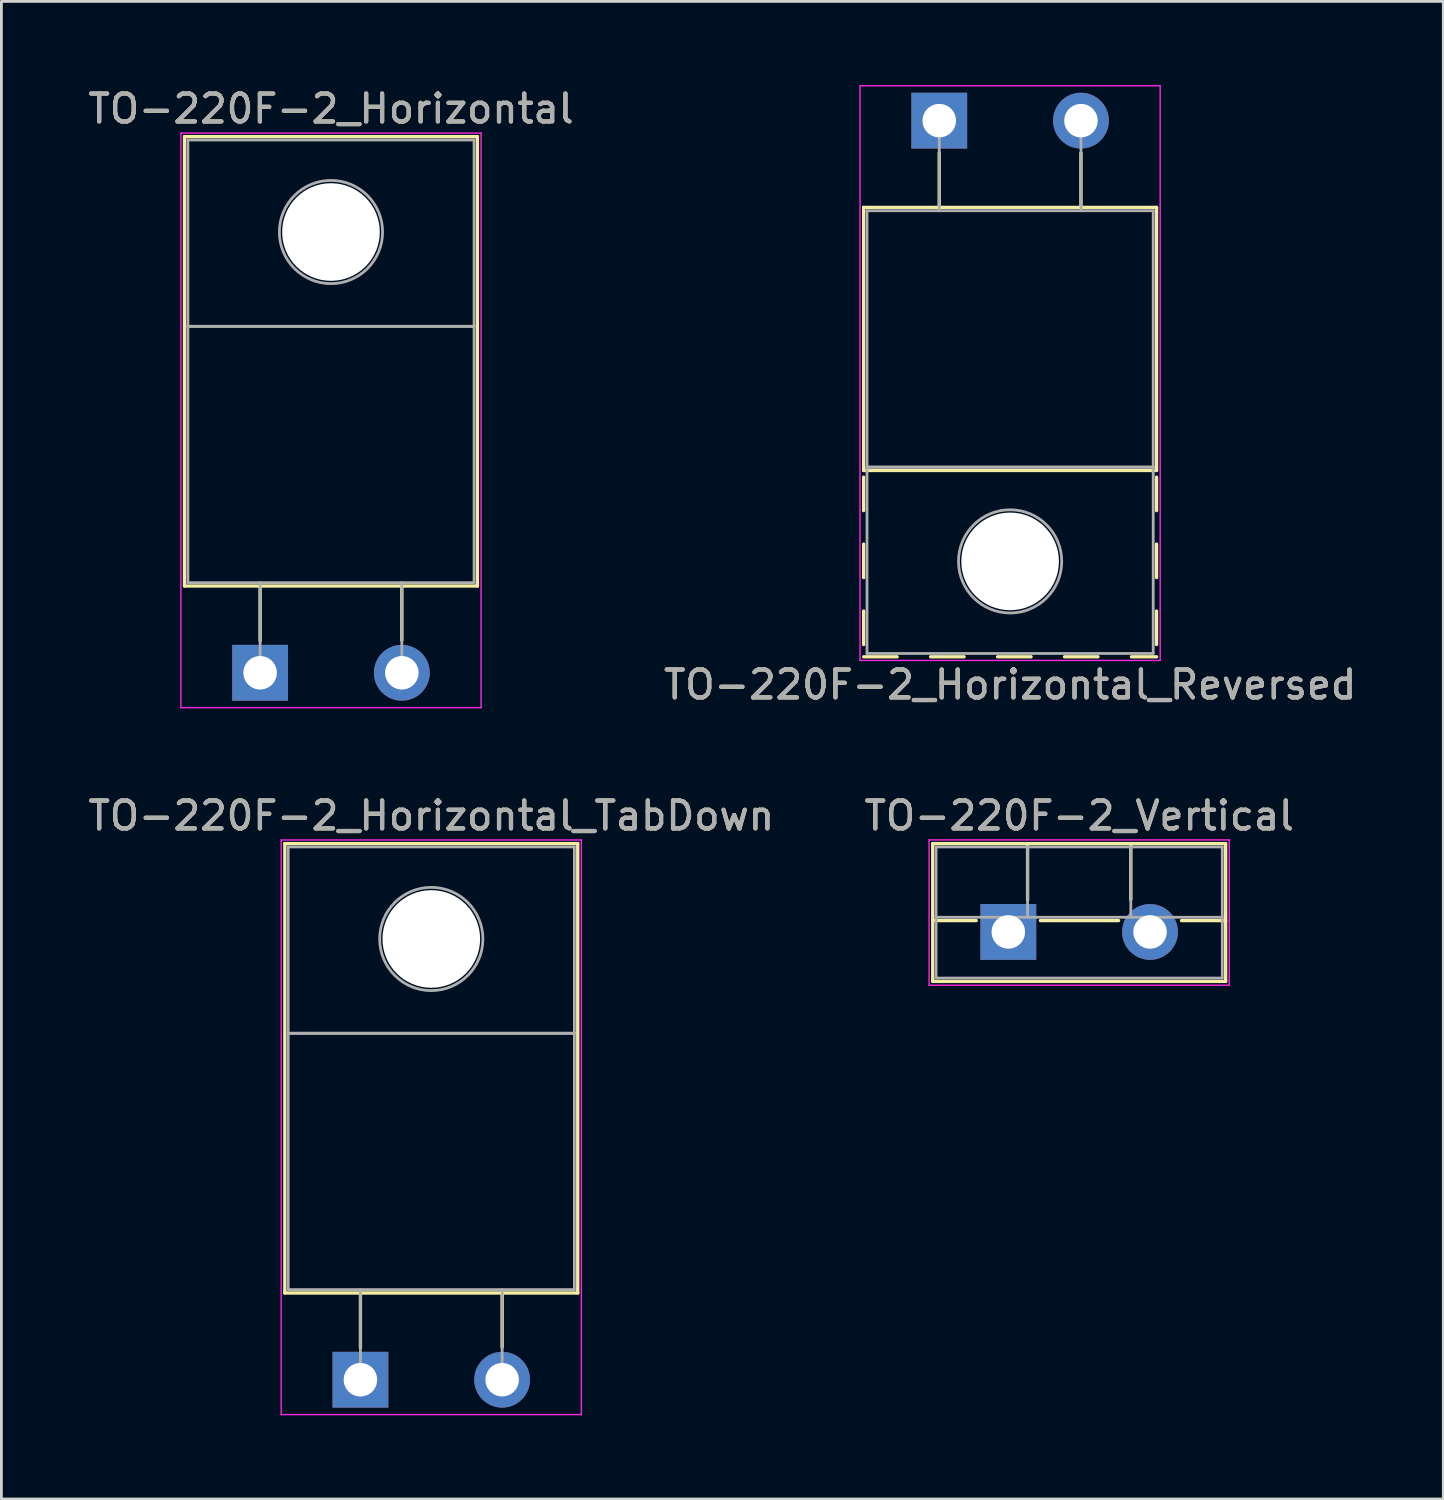
<source format=kicad_pcb>
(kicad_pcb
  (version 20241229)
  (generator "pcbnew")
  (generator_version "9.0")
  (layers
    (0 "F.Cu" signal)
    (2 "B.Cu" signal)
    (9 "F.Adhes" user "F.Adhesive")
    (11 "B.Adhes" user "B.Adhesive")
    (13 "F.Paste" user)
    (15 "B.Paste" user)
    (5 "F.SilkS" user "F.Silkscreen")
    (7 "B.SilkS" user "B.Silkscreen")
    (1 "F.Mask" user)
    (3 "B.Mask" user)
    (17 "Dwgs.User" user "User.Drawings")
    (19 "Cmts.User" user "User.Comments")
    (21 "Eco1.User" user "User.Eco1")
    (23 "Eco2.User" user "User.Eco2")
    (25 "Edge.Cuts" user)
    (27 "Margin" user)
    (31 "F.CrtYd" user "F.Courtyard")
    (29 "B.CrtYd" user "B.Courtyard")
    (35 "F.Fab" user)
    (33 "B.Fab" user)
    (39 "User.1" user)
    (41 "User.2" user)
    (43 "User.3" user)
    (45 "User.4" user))
  (footprint "TO-220F-2_Horizontal_TabDown"
    (layer "F.Cu")
    (at 9.871 46.411)
    (property "Reference" "TO-220F-2_Horizontal_TabDown" (at 2.54 -20.22 0) (layer "F.SilkS") (effects (font (size 1 1) (thickness 0.15))))
    (attr through_hole)
    (fp_line (start -2.71 -19.22) (end -2.71 -3.11) (stroke (width 0.12) (type solid)) (layer "F.SilkS"))
    (fp_line (start -2.71 -19.22) (end 7.79 -19.22) (stroke (width 0.12) (type solid)) (layer "F.SilkS"))
    (fp_line (start -2.71 -3.11) (end 7.79 -3.11) (stroke (width 0.12) (type solid)) (layer "F.SilkS"))
    (fp_line (start 0 -3.11) (end 0 -1.15) (stroke (width 0.12) (type solid)) (layer "F.SilkS"))
    (fp_line (start 5.08 -3.11) (end 5.08 -1.165) (stroke (width 0.12) (type solid)) (layer "F.SilkS"))
    (fp_line (start 7.79 -19.22) (end 7.79 -3.11) (stroke (width 0.12) (type solid)) (layer "F.SilkS"))
    (fp_line (start -2.84 -19.35) (end -2.84 1.25) (stroke (width 0.05) (type solid)) (layer "F.CrtYd"))
    (fp_line (start -2.84 1.25) (end 7.92 1.25) (stroke (width 0.05) (type solid)) (layer "F.CrtYd"))
    (fp_line (start 7.92 -19.35) (end -2.84 -19.35) (stroke (width 0.05) (type solid)) (layer "F.CrtYd"))
    (fp_line (start 7.92 1.25) (end 7.92 -19.35) (stroke (width 0.05) (type solid)) (layer "F.CrtYd"))
    (fp_line (start -2.59 -19.1) (end 7.67 -19.1) (stroke (width 0.1) (type solid)) (layer "F.Fab"))
    (fp_line (start -2.59 -12.42) (end -2.59 -19.1) (stroke (width 0.1) (type solid)) (layer "F.Fab"))
    (fp_line (start -2.59 -12.42) (end 7.67 -12.42) (stroke (width 0.1) (type solid)) (layer "F.Fab"))
    (fp_line (start -2.59 -3.23) (end -2.59 -12.42) (stroke (width 0.1) (type solid)) (layer "F.Fab"))
    (fp_line (start 0 -3.23) (end 0 0) (stroke (width 0.1) (type solid)) (layer "F.Fab"))
    (fp_line (start 5.08 -3.23) (end 5.08 0) (stroke (width 0.1) (type solid)) (layer "F.Fab"))
    (fp_line (start 7.67 -19.1) (end 7.67 -12.42) (stroke (width 0.1) (type solid)) (layer "F.Fab"))
    (fp_line (start 7.67 -12.42) (end -2.59 -12.42) (stroke (width 0.1) (type solid)) (layer "F.Fab"))
    (fp_line (start 7.67 -12.42) (end 7.67 -3.23) (stroke (width 0.1) (type solid)) (layer "F.Fab"))
    (fp_line (start 7.67 -3.23) (end -2.59 -3.23) (stroke (width 0.1) (type solid)) (layer "F.Fab"))
    (fp_circle (center 2.54 -15.8) (end 4.39 -15.8) (stroke (width 0.1) (type solid)) (fill no) (layer "F.Fab"))
    (fp_text user "${REFERENCE}" (at 2.54 -20.22 0) (layer "F.Fab") (effects (font (size 1 1) (thickness 0.15))))
    (pad "" np_thru_hole oval (at 2.54 -15.8) (size 3.5 3.5) (drill 3.5) (layers "*.Cu" "*.Mask"))
    (pad "1" thru_hole rect (at 0 0) (size 2 2) (drill 1.2) (layers "*.Cu" "*.Mask"))
    (pad "2" thru_hole oval (at 5.08 0) (size 2 2) (drill 1.2) (layers "*.Cu" "*.Mask")))
  (footprint "TO-220F-2_Horizontal"
    (layer "F.Cu")
    (at 6.275 21.068)
    (property "Reference" "TO-220F-2_Horizontal" (at 2.54 -20.22 0) (layer "F.SilkS") (effects (font (size 1 1) (thickness 0.15))))
    (attr through_hole)
    (fp_line (start -2.71 -19.22) (end -2.71 -3.11) (stroke (width 0.12) (type solid)) (layer "F.SilkS"))
    (fp_line (start -2.71 -19.22) (end 7.79 -19.22) (stroke (width 0.12) (type solid)) (layer "F.SilkS"))
    (fp_line (start -2.71 -3.11) (end 7.79 -3.11) (stroke (width 0.12) (type solid)) (layer "F.SilkS"))
    (fp_line (start 0 -3.11) (end 0 -1.15) (stroke (width 0.12) (type solid)) (layer "F.SilkS"))
    (fp_line (start 5.08 -3.11) (end 5.08 -1.165) (stroke (width 0.12) (type solid)) (layer "F.SilkS"))
    (fp_line (start 7.79 -19.22) (end 7.79 -3.11) (stroke (width 0.12) (type solid)) (layer "F.SilkS"))
    (fp_line (start -2.84 -19.35) (end -2.84 1.25) (stroke (width 0.05) (type solid)) (layer "F.CrtYd"))
    (fp_line (start -2.84 1.25) (end 7.92 1.25) (stroke (width 0.05) (type solid)) (layer "F.CrtYd"))
    (fp_line (start 7.92 -19.35) (end -2.84 -19.35) (stroke (width 0.05) (type solid)) (layer "F.CrtYd"))
    (fp_line (start 7.92 1.25) (end 7.92 -19.35) (stroke (width 0.05) (type solid)) (layer "F.CrtYd"))
    (fp_line (start -2.59 -19.1) (end 7.67 -19.1) (stroke (width 0.1) (type solid)) (layer "F.Fab"))
    (fp_line (start -2.59 -12.42) (end -2.59 -19.1) (stroke (width 0.1) (type solid)) (layer "F.Fab"))
    (fp_line (start -2.59 -12.42) (end 7.67 -12.42) (stroke (width 0.1) (type solid)) (layer "F.Fab"))
    (fp_line (start -2.59 -3.23) (end -2.59 -12.42) (stroke (width 0.1) (type solid)) (layer "F.Fab"))
    (fp_line (start 0 -3.23) (end 0 0) (stroke (width 0.1) (type solid)) (layer "F.Fab"))
    (fp_line (start 5.08 -3.23) (end 5.08 0) (stroke (width 0.1) (type solid)) (layer "F.Fab"))
    (fp_line (start 7.67 -19.1) (end 7.67 -12.42) (stroke (width 0.1) (type solid)) (layer "F.Fab"))
    (fp_line (start 7.67 -12.42) (end -2.59 -12.42) (stroke (width 0.1) (type solid)) (layer "F.Fab"))
    (fp_line (start 7.67 -12.42) (end 7.67 -3.23) (stroke (width 0.1) (type solid)) (layer "F.Fab"))
    (fp_line (start 7.67 -3.23) (end -2.59 -3.23) (stroke (width 0.1) (type solid)) (layer "F.Fab"))
    (fp_circle (center 2.54 -15.8) (end 4.39 -15.8) (stroke (width 0.1) (type solid)) (fill no) (layer "F.Fab"))
    (fp_text user "${REFERENCE}" (at 2.54 -20.22 0) (layer "F.Fab") (effects (font (size 1 1) (thickness 0.15))))
    (pad "" np_thru_hole oval (at 2.54 -15.8) (size 3.5 3.5) (drill 3.5) (layers "*.Cu" "*.Mask"))
    (pad "1" thru_hole rect (at 0 0) (size 2 2) (drill 1.2) (layers "*.Cu" "*.Mask"))
    (pad "2" thru_hole oval (at 5.08 0) (size 2 2) (drill 1.2) (layers "*.Cu" "*.Mask")))
  (footprint "TO-220F-2_Vertical"
    (layer "F.Cu")
    (at 33.097 30.359)
    (property "Reference" "TO-220F-2_Vertical" (at 2.54 -4.168 0) (layer "F.SilkS") (effects (font (size 1 1) (thickness 0.15))))
    (attr through_hole)
    (fp_line (start -2.71 -3.168) (end -2.71 1.773) (stroke (width 0.12) (type solid)) (layer "F.SilkS"))
    (fp_line (start -2.71 -3.168) (end 7.79 -3.168) (stroke (width 0.12) (type solid)) (layer "F.SilkS"))
    (fp_line (start -2.71 -0.408) (end -1.15 -0.408) (stroke (width 0.12) (type solid)) (layer "F.SilkS"))
    (fp_line (start -2.71 1.773) (end 7.79 1.773) (stroke (width 0.12) (type solid)) (layer "F.SilkS"))
    (fp_line (start 0.69 -3.168) (end 0.69 -1.15) (stroke (width 0.12) (type solid)) (layer "F.SilkS"))
    (fp_line (start 1.15 -0.408) (end 3.952 -0.408) (stroke (width 0.12) (type solid)) (layer "F.SilkS"))
    (fp_line (start 4.391 -3.168) (end 4.391 -1.165) (stroke (width 0.12) (type solid)) (layer "F.SilkS"))
    (fp_line (start 6.209 -0.408) (end 7.79 -0.408) (stroke (width 0.12) (type solid)) (layer "F.SilkS"))
    (fp_line (start 7.79 -3.168) (end 7.79 1.773) (stroke (width 0.12) (type solid)) (layer "F.SilkS"))
    (fp_line (start -2.84 -3.3) (end -2.84 1.91) (stroke (width 0.05) (type solid)) (layer "F.CrtYd"))
    (fp_line (start -2.84 1.91) (end 7.92 1.91) (stroke (width 0.05) (type solid)) (layer "F.CrtYd"))
    (fp_line (start 7.92 -3.3) (end -2.84 -3.3) (stroke (width 0.05) (type solid)) (layer "F.CrtYd"))
    (fp_line (start 7.92 1.91) (end 7.92 -3.3) (stroke (width 0.05) (type solid)) (layer "F.CrtYd"))
    (fp_line (start -2.59 -3.047) (end -2.59 1.653) (stroke (width 0.1) (type solid)) (layer "F.Fab"))
    (fp_line (start -2.59 -0.527) (end 7.67 -0.527) (stroke (width 0.1) (type solid)) (layer "F.Fab"))
    (fp_line (start -2.59 1.653) (end 7.67 1.653) (stroke (width 0.1) (type solid)) (layer "F.Fab"))
    (fp_line (start 0.69 -3.047) (end 0.69 -0.527) (stroke (width 0.1) (type solid)) (layer "F.Fab"))
    (fp_line (start 4.39 -3.047) (end 4.39 -0.527) (stroke (width 0.1) (type solid)) (layer "F.Fab"))
    (fp_line (start 7.67 -3.047) (end -2.59 -3.047) (stroke (width 0.1) (type solid)) (layer "F.Fab"))
    (fp_line (start 7.67 1.653) (end 7.67 -3.047) (stroke (width 0.1) (type solid)) (layer "F.Fab"))
    (fp_text user "${REFERENCE}" (at 2.54 -4.168 0) (layer "F.Fab") (effects (font (size 1 1) (thickness 0.15))))
    (pad "1" thru_hole rect (at 0 0) (size 2 2) (drill 1.2) (layers "*.Cu" "*.Mask"))
    (pad "2" thru_hole oval (at 5.08 0) (size 2 2) (drill 1.2) (layers "*.Cu" "*.Mask")))
  (footprint "TO-220F-2_Horizontal_Reversed"
    (layer "F.Cu")
    (at 30.621 1.275)
    (property "Reference" "TO-220F-2_Horizontal_Reversed" (at 2.54 20.22 0) (layer "F.SilkS") (effects (font (size 1 1) (thickness 0.15))))
    (attr through_hole)
    (fp_line (start -2.71 3.11) (end -2.71 12.54) (stroke (width 0.12) (type solid)) (layer "F.SilkS"))
    (fp_line (start -2.71 3.11) (end 7.79 3.11) (stroke (width 0.12) (type solid)) (layer "F.SilkS"))
    (fp_line (start -2.71 12.54) (end 7.79 12.54) (stroke (width 0.12) (type solid)) (layer "F.SilkS"))
    (fp_line (start -2.71 12.78) (end -2.71 13.98) (stroke (width 0.12) (type solid)) (layer "F.SilkS"))
    (fp_line (start -2.71 15.18) (end -2.71 16.38) (stroke (width 0.12) (type solid)) (layer "F.SilkS"))
    (fp_line (start -2.71 17.58) (end -2.71 18.78) (stroke (width 0.12) (type solid)) (layer "F.SilkS"))
    (fp_line (start -2.71 19.22) (end -1.51 19.22) (stroke (width 0.12) (type solid)) (layer "F.SilkS"))
    (fp_line (start -0.311 19.22) (end 0.89 19.22) (stroke (width 0.12) (type solid)) (layer "F.SilkS"))
    (fp_line (start 0 1.15) (end 0 3.11) (stroke (width 0.12) (type solid)) (layer "F.SilkS"))
    (fp_line (start 2.09 19.22) (end 3.29 19.22) (stroke (width 0.12) (type solid)) (layer "F.SilkS"))
    (fp_line (start 4.49 19.22) (end 5.69 19.22) (stroke (width 0.12) (type solid)) (layer "F.SilkS"))
    (fp_line (start 5.08 1.165) (end 5.08 3.11) (stroke (width 0.12) (type solid)) (layer "F.SilkS"))
    (fp_line (start 6.89 19.22) (end 7.79 19.22) (stroke (width 0.12) (type solid)) (layer "F.SilkS"))
    (fp_line (start 7.79 3.11) (end 7.79 12.54) (stroke (width 0.12) (type solid)) (layer "F.SilkS"))
    (fp_line (start 7.79 12.78) (end 7.79 13.98) (stroke (width 0.12) (type solid)) (layer "F.SilkS"))
    (fp_line (start 7.79 15.18) (end 7.79 16.38) (stroke (width 0.12) (type solid)) (layer "F.SilkS"))
    (fp_line (start 7.79 17.58) (end 7.79 18.78) (stroke (width 0.12) (type solid)) (layer "F.SilkS"))
    (fp_line (start -2.84 -1.25) (end -2.84 19.35) (stroke (width 0.05) (type solid)) (layer "F.CrtYd"))
    (fp_line (start -2.84 19.35) (end 7.92 19.35) (stroke (width 0.05) (type solid)) (layer "F.CrtYd"))
    (fp_line (start 7.92 -1.25) (end -2.84 -1.25) (stroke (width 0.05) (type solid)) (layer "F.CrtYd"))
    (fp_line (start 7.92 19.35) (end 7.92 -1.25) (stroke (width 0.05) (type solid)) (layer "F.CrtYd"))
    (fp_line (start -2.59 3.23) (end -2.59 12.42) (stroke (width 0.1) (type solid)) (layer "F.Fab"))
    (fp_line (start -2.59 12.42) (end -2.59 19.1) (stroke (width 0.1) (type solid)) (layer "F.Fab"))
    (fp_line (start -2.59 12.42) (end 7.67 12.42) (stroke (width 0.1) (type solid)) (layer "F.Fab"))
    (fp_line (start -2.59 19.1) (end 7.67 19.1) (stroke (width 0.1) (type solid)) (layer "F.Fab"))
    (fp_line (start 0 3.23) (end 0 0) (stroke (width 0.1) (type solid)) (layer "F.Fab"))
    (fp_line (start 5.08 3.23) (end 5.08 0) (stroke (width 0.1) (type solid)) (layer "F.Fab"))
    (fp_line (start 7.67 3.23) (end -2.59 3.23) (stroke (width 0.1) (type solid)) (layer "F.Fab"))
    (fp_line (start 7.67 12.42) (end -2.59 12.42) (stroke (width 0.1) (type solid)) (layer "F.Fab"))
    (fp_line (start 7.67 12.42) (end 7.67 3.23) (stroke (width 0.1) (type solid)) (layer "F.Fab"))
    (fp_line (start 7.67 19.1) (end 7.67 12.42) (stroke (width 0.1) (type solid)) (layer "F.Fab"))
    (fp_circle (center 2.54 15.8) (end 4.39 15.8) (stroke (width 0.1) (type solid)) (fill no) (layer "F.Fab"))
    (fp_text user "${REFERENCE}" (at 2.54 20.22 0) (layer "F.Fab") (effects (font (size 1 1) (thickness 0.15))))
    (pad "" np_thru_hole oval (at 2.54 15.8) (size 3.5 3.5) (drill 3.5) (layers "*.Cu" "*.Mask"))
    (pad "1" thru_hole rect (at 0 0) (size 2 2) (drill 1.2) (layers "*.Cu" "*.Mask"))
    (pad "2" thru_hole oval (at 5.08 0) (size 2 2) (drill 1.2) (layers "*.Cu" "*.Mask")))
  (gr_rect
    (start -3 -3)
    (end 48.69 50.687)
    (stroke (width 0.1) (type default))
    (fill no)
    (layer "Edge.Cuts")))
</source>
